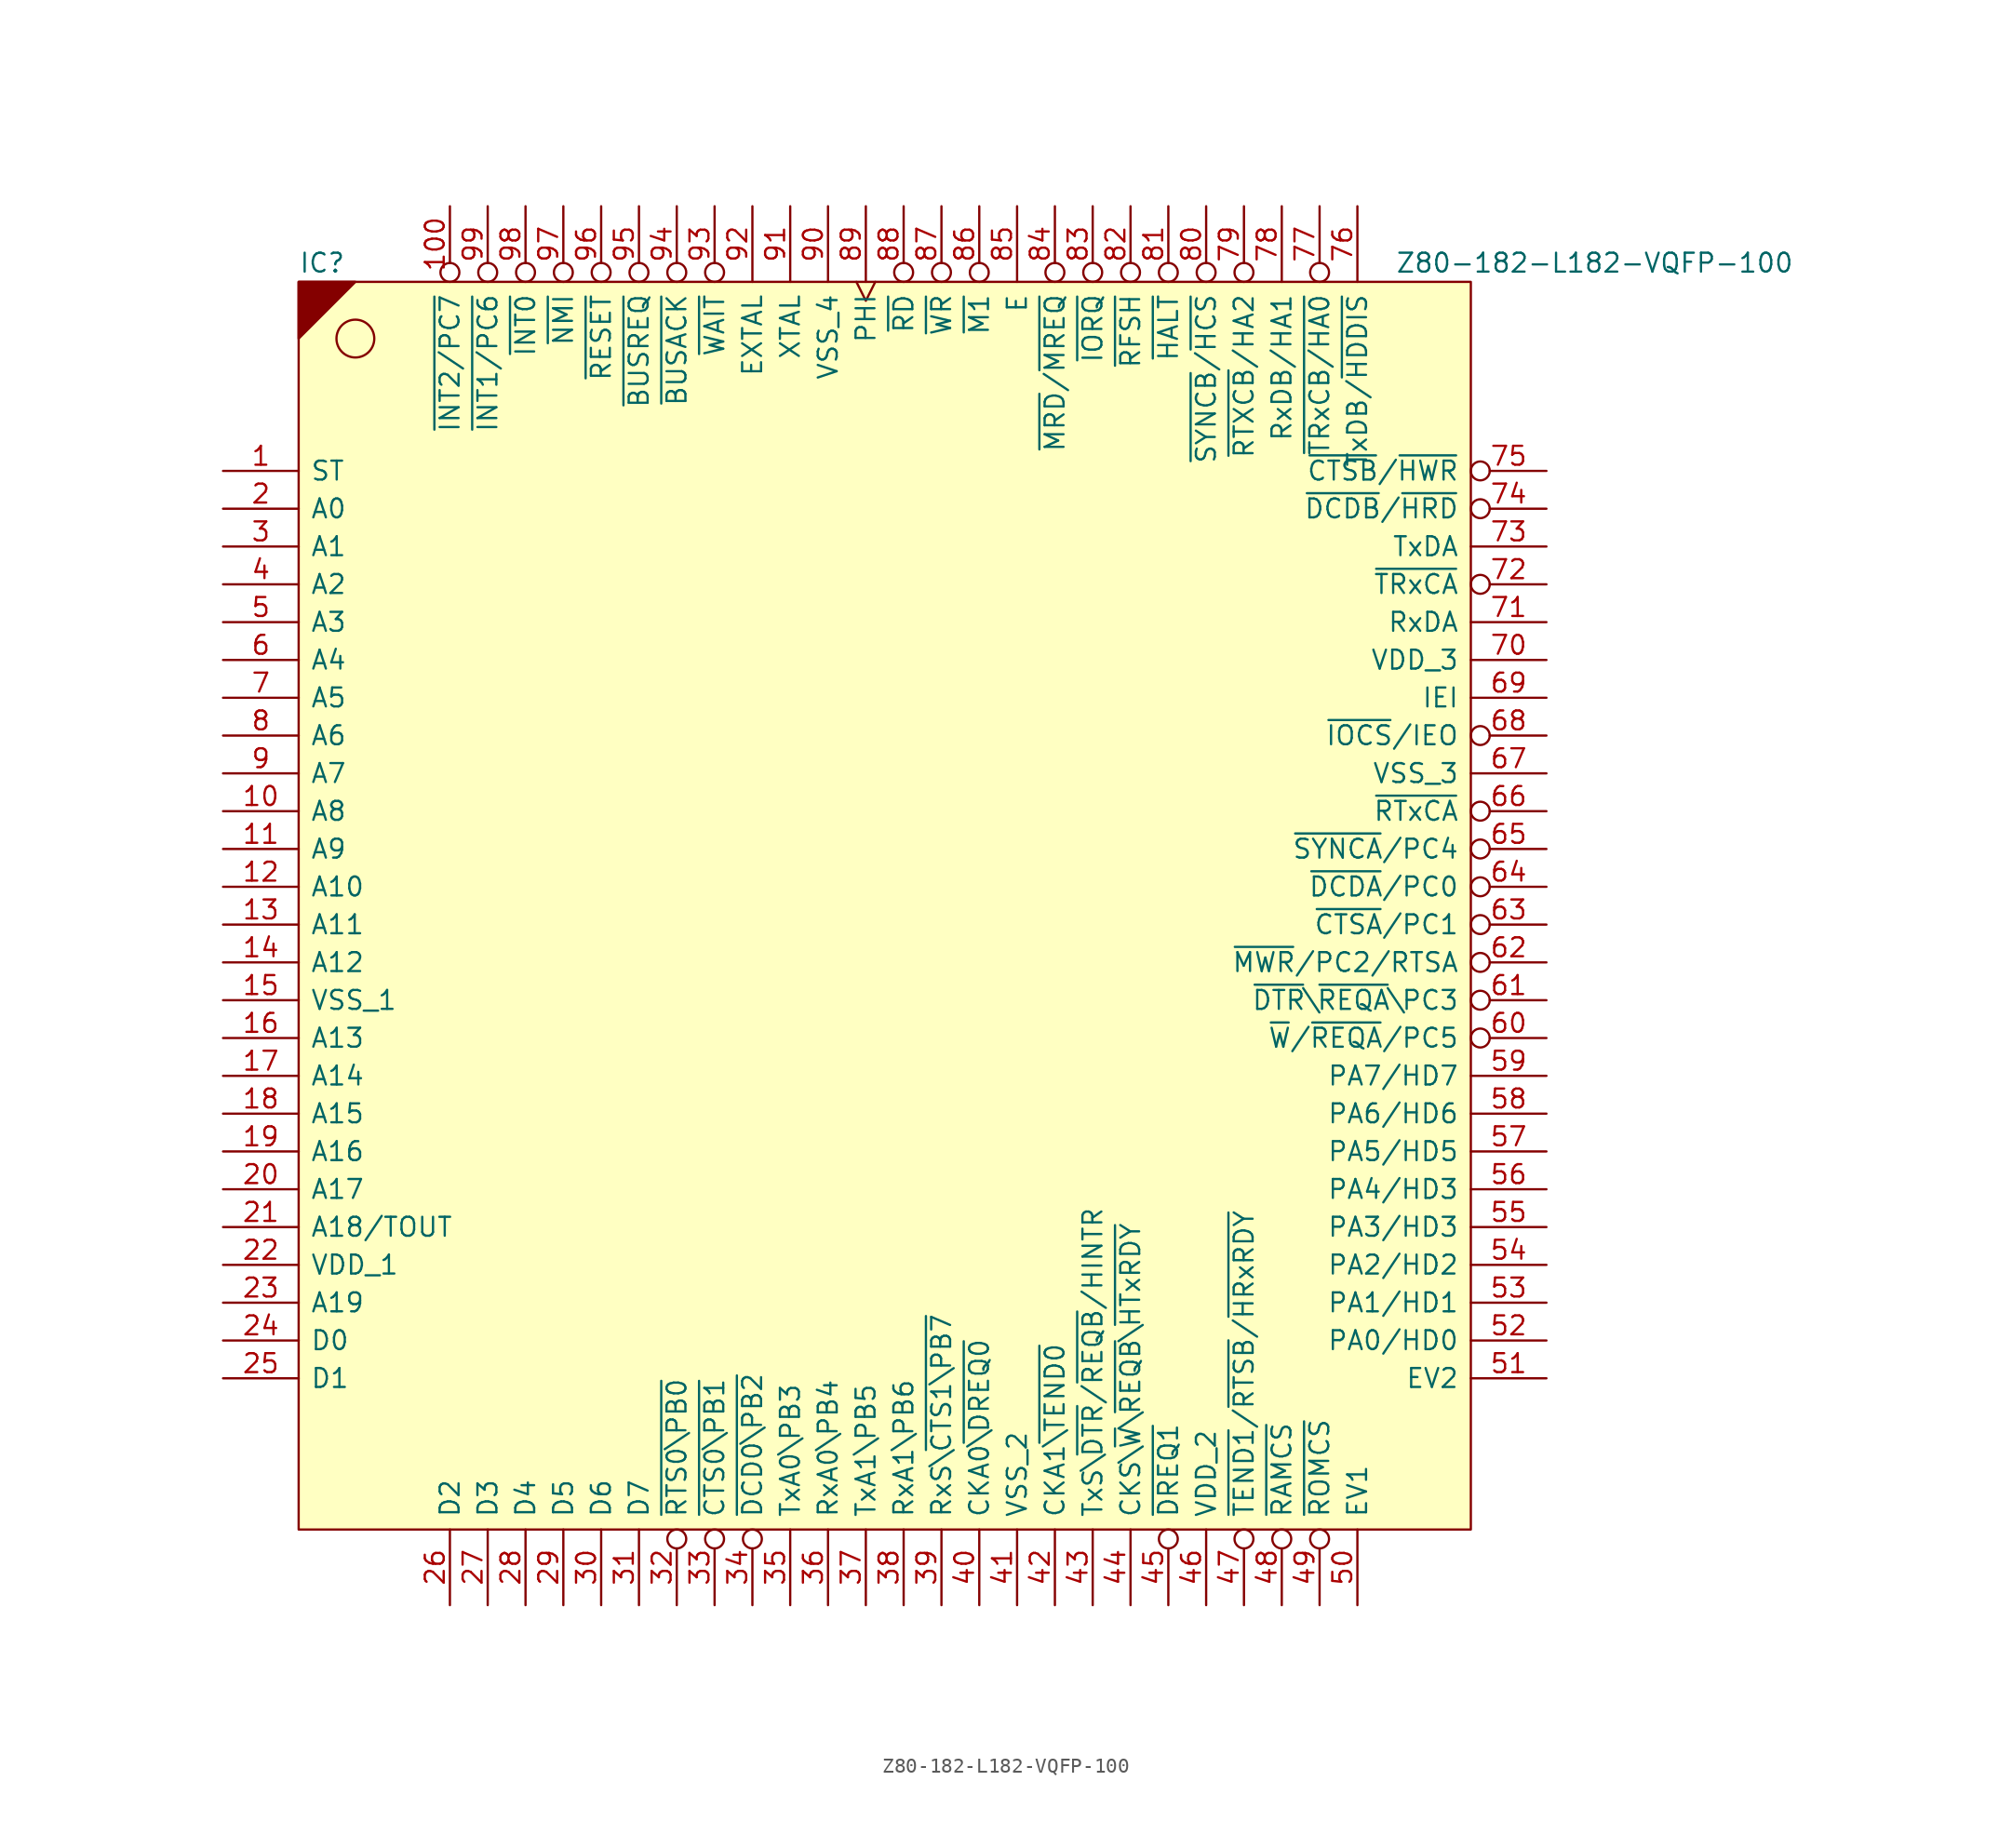
<source format=kicad_sym>
(kicad_symbol_lib
  (version 20231120)
  (generator "kicad_symbol_editor")
  (generator_version "8.0")
  (symbol "Z80-182-L182-VQFP-100"
    (pin_names
      (offset 0.762))
    (property "Reference" "IC"
      (at 0 1.27 0)
      (effects (font (size 1.27 1.27)) (justify left)))
    (property "Value" "Z80-182-L182-VQFP-100"
      (at 73.66 1.27 0)
      (effects (font (size 1.27 1.27)) (justify left)))
    (symbol "Z80-182-L182-VQFP-100_0_0"
      (pin output line (at -5.08 -12.7 0) (length 5.08) (name "ST" (effects (font (size 1.27 1.27)))) (number "1" (effects (font (size 1.27 1.27)))))
      (pin tri_state line (at -5.08 -35.56 0) (length 5.08) (name "A8" (effects (font (size 1.27 1.27)))) (number "10" (effects (font (size 1.27 1.27)))))
      (pin bidirectional inverted (at 10.16 5.08 270) (length 5.08) (name "~{INT2/PC7}" (effects (font (size 1.27 1.27)))) (number "100" (effects (font (size 1.27 1.27)))))
      (pin tri_state line (at -5.08 -38.1 0) (length 5.08) (name "A9" (effects (font (size 1.27 1.27)))) (number "11" (effects (font (size 1.27 1.27)))))
      (pin tri_state line (at -5.08 -40.64 0) (length 5.08) (name "A10" (effects (font (size 1.27 1.27)))) (number "12" (effects (font (size 1.27 1.27)))))
      (pin tri_state line (at -5.08 -43.18 0) (length 5.08) (name "A11" (effects (font (size 1.27 1.27)))) (number "13" (effects (font (size 1.27 1.27)))))
      (pin tri_state line (at -5.08 -45.72 0) (length 5.08) (name "A12" (effects (font (size 1.27 1.27)))) (number "14" (effects (font (size 1.27 1.27)))))
      (pin power_in line (at -5.08 -48.26 0) (length 5.08) (name "VSS_1" (effects (font (size 1.27 1.27)))) (number "15" (effects (font (size 1.27 1.27)))))
      (pin tri_state line (at -5.08 -50.8 0) (length 5.08) (name "A13" (effects (font (size 1.27 1.27)))) (number "16" (effects (font (size 1.27 1.27)))))
      (pin tri_state line (at -5.08 -53.34 0) (length 5.08) (name "A14" (effects (font (size 1.27 1.27)))) (number "17" (effects (font (size 1.27 1.27)))))
      (pin tri_state line (at -5.08 -55.88 0) (length 5.08) (name "A15" (effects (font (size 1.27 1.27)))) (number "18" (effects (font (size 1.27 1.27)))))
      (pin tri_state line (at -5.08 -58.42 0) (length 5.08) (name "A16" (effects (font (size 1.27 1.27)))) (number "19" (effects (font (size 1.27 1.27)))))
      (pin tri_state line (at -5.08 -15.24 0) (length 5.08) (name "A0" (effects (font (size 1.27 1.27)))) (number "2" (effects (font (size 1.27 1.27)))))
      (pin tri_state line (at -5.08 -60.96 0) (length 5.08) (name "A17" (effects (font (size 1.27 1.27)))) (number "20" (effects (font (size 1.27 1.27)))))
      (pin tri_state line (at -5.08 -63.5 0) (length 5.08) (name "A18/TOUT" (effects (font (size 1.27 1.27)))) (number "21" (effects (font (size 1.27 1.27)))))
      (pin power_in line (at -5.08 -66.04 0) (length 5.08) (name "VDD_1" (effects (font (size 1.27 1.27)))) (number "22" (effects (font (size 1.27 1.27)))))
      (pin tri_state line (at -5.08 -68.58 0) (length 5.08) (name "A19" (effects (font (size 1.27 1.27)))) (number "23" (effects (font (size 1.27 1.27)))))
      (pin tri_state line (at -5.08 -71.12 0) (length 5.08) (name "D0" (effects (font (size 1.27 1.27)))) (number "24" (effects (font (size 1.27 1.27)))))
      (pin bidirectional line (at -5.08 -73.66 0) (length 5.08) (name "D1" (effects (font (size 1.27 1.27)))) (number "25" (effects (font (size 1.27 1.27)))))
      (pin tri_state line (at 10.16 -88.9 90) (length 5.08) (name "D2" (effects (font (size 1.27 1.27)))) (number "26" (effects (font (size 1.27 1.27)))))
      (pin tri_state line (at 12.7 -88.9 90) (length 5.08) (name "D3" (effects (font (size 1.27 1.27)))) (number "27" (effects (font (size 1.27 1.27)))))
      (pin tri_state line (at 15.24 -88.9 90) (length 5.08) (name "D4" (effects (font (size 1.27 1.27)))) (number "28" (effects (font (size 1.27 1.27)))))
      (pin tri_state line (at 17.78 -88.9 90) (length 5.08) (name "D5" (effects (font (size 1.27 1.27)))) (number "29" (effects (font (size 1.27 1.27)))))
      (pin tri_state line (at -5.08 -17.78 0) (length 5.08) (name "A1" (effects (font (size 1.27 1.27)))) (number "3" (effects (font (size 1.27 1.27)))))
      (pin tri_state line (at 20.32 -88.9 90) (length 5.08) (name "D6" (effects (font (size 1.27 1.27)))) (number "30" (effects (font (size 1.27 1.27)))))
      (pin tri_state line (at 22.86 -88.9 90) (length 5.08) (name "D7" (effects (font (size 1.27 1.27)))) (number "31" (effects (font (size 1.27 1.27)))))
      (pin output inverted (at 25.4 -88.9 90) (length 5.08) (name "~{RTS0\\PB0}" (effects (font (size 1.27 1.27)))) (number "32" (effects (font (size 1.27 1.27)))))
      (pin input inverted (at 27.94 -88.9 90) (length 5.08) (name "~{CTS0\\PB1}" (effects (font (size 1.27 1.27)))) (number "33" (effects (font (size 1.27 1.27)))))
      (pin bidirectional inverted (at 30.48 -88.9 90) (length 5.08) (name "~{DCD0\\PB2}" (effects (font (size 1.27 1.27)))) (number "34" (effects (font (size 1.27 1.27)))))
      (pin output line (at 33.02 -88.9 90) (length 5.08) (name "TxA0\\PB3" (effects (font (size 1.27 1.27)))) (number "35" (effects (font (size 1.27 1.27)))))
      (pin input line (at 35.56 -88.9 90) (length 5.08) (name "RxA0\\PB4" (effects (font (size 1.27 1.27)))) (number "36" (effects (font (size 1.27 1.27)))))
      (pin output line (at 38.1 -88.9 90) (length 5.08) (name "TxA1\\PB5" (effects (font (size 1.27 1.27)))) (number "37" (effects (font (size 1.27 1.27)))))
      (pin input line (at 40.64 -88.9 90) (length 5.08) (name "RxA1\\PB6" (effects (font (size 1.27 1.27)))) (number "38" (effects (font (size 1.27 1.27)))))
      (pin input line (at 43.18 -88.9 90) (length 5.08) (name "RxS\\~{CTS1\\PB7}" (effects (font (size 1.27 1.27)))) (number "39" (effects (font (size 1.27 1.27)))))
      (pin tri_state line (at -5.08 -20.32 0) (length 5.08) (name "A2" (effects (font (size 1.27 1.27)))) (number "4" (effects (font (size 1.27 1.27)))))
      (pin bidirectional line (at 45.72 -88.9 90) (length 5.08) (name "CKA0~{\\DREQ0}" (effects (font (size 1.27 1.27)))) (number "40" (effects (font (size 1.27 1.27)))))
      (pin power_in line (at 48.26 -88.9 90) (length 5.08) (name "VSS_2" (effects (font (size 1.27 1.27)))) (number "41" (effects (font (size 1.27 1.27)))))
      (pin bidirectional line (at 50.8 -88.9 90) (length 5.08) (name "CKA1~{\\TEND0}" (effects (font (size 1.27 1.27)))) (number "42" (effects (font (size 1.27 1.27)))))
      (pin bidirectional line (at 53.34 -88.9 90) (length 5.08) (name "TxS\\~{DTR}/~{REQB}/HINTR" (effects (font (size 1.27 1.27)))) (number "43" (effects (font (size 1.27 1.27)))))
      (pin bidirectional line (at 55.88 -88.9 90) (length 5.08) (name "CKS\\~{W}\\~{REQB}\\~{HTxRDY}" (effects (font (size 1.27 1.27)))) (number "44" (effects (font (size 1.27 1.27)))))
      (pin bidirectional inverted (at 58.42 -88.9 90) (length 5.08) (name "~{DREQ1}" (effects (font (size 1.27 1.27)))) (number "45" (effects (font (size 1.27 1.27)))))
      (pin power_in line (at 60.96 -88.9 90) (length 5.08) (name "VDD_2" (effects (font (size 1.27 1.27)))) (number "46" (effects (font (size 1.27 1.27)))))
      (pin bidirectional inverted (at 63.5 -88.9 90) (length 5.08) (name "~{TEND1}/~{RTSB}/~{HRxRDY}" (effects (font (size 1.27 1.27)))) (number "47" (effects (font (size 1.27 1.27)))))
      (pin output inverted (at 66.04 -88.9 90) (length 5.08) (name "~{RAMCS}" (effects (font (size 1.27 1.27)))) (number "48" (effects (font (size 1.27 1.27)))))
      (pin output inverted (at 68.58 -88.9 90) (length 5.08) (name "~{ROMCS}" (effects (font (size 1.27 1.27)))) (number "49" (effects (font (size 1.27 1.27)))))
      (pin tri_state line (at -5.08 -22.86 0) (length 5.08) (name "A3" (effects (font (size 1.27 1.27)))) (number "5" (effects (font (size 1.27 1.27)))))
      (pin input line (at 71.12 -88.9 90) (length 5.08) (name "EV1" (effects (font (size 1.27 1.27)))) (number "50" (effects (font (size 1.27 1.27)))))
      (pin input line (at 83.82 -73.66 180) (length 5.08) (name "EV2" (effects (font (size 1.27 1.27)))) (number "51" (effects (font (size 1.27 1.27)))))
      (pin bidirectional line (at 83.82 -71.12 180) (length 5.08) (name "PA0/HD0" (effects (font (size 1.27 1.27)))) (number "52" (effects (font (size 1.27 1.27)))))
      (pin bidirectional line (at 83.82 -68.58 180) (length 5.08) (name "PA1/HD1" (effects (font (size 1.27 1.27)))) (number "53" (effects (font (size 1.27 1.27)))))
      (pin bidirectional line (at 83.82 -66.04 180) (length 5.08) (name "PA2/HD2" (effects (font (size 1.27 1.27)))) (number "54" (effects (font (size 1.27 1.27)))))
      (pin bidirectional line (at 83.82 -63.5 180) (length 5.08) (name "PA3/HD3" (effects (font (size 1.27 1.27)))) (number "55" (effects (font (size 1.27 1.27)))))
      (pin bidirectional line (at 83.82 -60.96 180) (length 5.08) (name "PA4/HD3" (effects (font (size 1.27 1.27)))) (number "56" (effects (font (size 1.27 1.27)))))
      (pin bidirectional line (at 83.82 -58.42 180) (length 5.08) (name "PA5/HD5" (effects (font (size 1.27 1.27)))) (number "57" (effects (font (size 1.27 1.27)))))
      (pin bidirectional line (at 83.82 -55.88 180) (length 5.08) (name "PA6/HD6" (effects (font (size 1.27 1.27)))) (number "58" (effects (font (size 1.27 1.27)))))
      (pin bidirectional line (at 83.82 -53.34 180) (length 5.08) (name "PA7/HD7" (effects (font (size 1.27 1.27)))) (number "59" (effects (font (size 1.27 1.27)))))
      (pin tri_state line (at -5.08 -25.4 0) (length 5.08) (name "A4" (effects (font (size 1.27 1.27)))) (number "6" (effects (font (size 1.27 1.27)))))
      (pin open_collector inverted (at 83.82 -50.8 180) (length 5.08) (name "~{W}/~{REQA}/PC5" (effects (font (size 1.27 1.27)))) (number "60" (effects (font (size 1.27 1.27)))))
      (pin output inverted (at 83.82 -48.26 180) (length 5.08) (name "~{DTR}\\~{REQA}\\PC3" (effects (font (size 1.27 1.27)))) (number "61" (effects (font (size 1.27 1.27)))))
      (pin tri_state inverted (at 83.82 -45.72 180) (length 5.08) (name "~{MWR}/PC2/RTSA" (effects (font (size 1.27 1.27)))) (number "62" (effects (font (size 1.27 1.27)))))
      (pin input inverted (at 83.82 -43.18 180) (length 5.08) (name "~{CTSA}/PC1" (effects (font (size 1.27 1.27)))) (number "63" (effects (font (size 1.27 1.27)))))
      (pin input inverted (at 83.82 -40.64 180) (length 5.08) (name "~{DCDA}/PC0" (effects (font (size 1.27 1.27)))) (number "64" (effects (font (size 1.27 1.27)))))
      (pin bidirectional inverted (at 83.82 -38.1 180) (length 5.08) (name "~{SYNCA}/PC4" (effects (font (size 1.27 1.27)))) (number "65" (effects (font (size 1.27 1.27)))))
      (pin input inverted (at 83.82 -35.56 180) (length 5.08) (name "~{RTxCA}" (effects (font (size 1.27 1.27)))) (number "66" (effects (font (size 1.27 1.27)))))
      (pin power_in line (at 83.82 -33.02 180) (length 5.08) (name "VSS_3" (effects (font (size 1.27 1.27)))) (number "67" (effects (font (size 1.27 1.27)))))
      (pin output inverted (at 83.82 -30.48 180) (length 5.08) (name "~{IOCS}/IEO" (effects (font (size 1.27 1.27)))) (number "68" (effects (font (size 1.27 1.27)))))
      (pin input line (at 83.82 -27.94 180) (length 5.08) (name "IEI" (effects (font (size 1.27 1.27)))) (number "69" (effects (font (size 1.27 1.27)))))
      (pin tri_state line (at -5.08 -27.94 0) (length 5.08) (name "A5" (effects (font (size 1.27 1.27)))) (number "7" (effects (font (size 1.27 1.27)))))
      (pin power_in line (at 83.82 -25.4 180) (length 5.08) (name "VDD_3" (effects (font (size 1.27 1.27)))) (number "70" (effects (font (size 1.27 1.27)))))
      (pin input line (at 83.82 -22.86 180) (length 5.08) (name "RxDA" (effects (font (size 1.27 1.27)))) (number "71" (effects (font (size 1.27 1.27)))))
      (pin input inverted (at 83.82 -20.32 180) (length 5.08) (name "~{TRxCA}" (effects (font (size 1.27 1.27)))) (number "72" (effects (font (size 1.27 1.27)))))
      (pin output line (at 83.82 -17.78 180) (length 5.08) (name "TxDA" (effects (font (size 1.27 1.27)))) (number "73" (effects (font (size 1.27 1.27)))))
      (pin input inverted (at 83.82 -15.24 180) (length 5.08) (name "~{DCDB}/~{HRD}" (effects (font (size 1.27 1.27)))) (number "74" (effects (font (size 1.27 1.27)))))
      (pin input inverted (at 83.82 -12.7 180) (length 5.08) (name "~{CTSB}/~{HWR}" (effects (font (size 1.27 1.27)))) (number "75" (effects (font (size 1.27 1.27)))))
      (pin output line (at 71.12 5.08 270) (length 5.08) (name "TxDB/~{HDDIS}" (effects (font (size 1.27 1.27)))) (number "76" (effects (font (size 1.27 1.27)))))
      (pin input inverted (at 68.58 5.08 270) (length 5.08) (name "~{TRxCB/HA0}" (effects (font (size 1.27 1.27)))) (number "77" (effects (font (size 1.27 1.27)))))
      (pin input line (at 66.04 5.08 270) (length 5.08) (name "RxDB/HA1" (effects (font (size 1.27 1.27)))) (number "78" (effects (font (size 1.27 1.27)))))
      (pin input inverted (at 63.5 5.08 270) (length 5.08) (name "~{RTXCB}/HA2" (effects (font (size 1.27 1.27)))) (number "79" (effects (font (size 1.27 1.27)))))
      (pin tri_state line (at -5.08 -30.48 0) (length 5.08) (name "A6" (effects (font (size 1.27 1.27)))) (number "8" (effects (font (size 1.27 1.27)))))
      (pin bidirectional inverted (at 60.96 5.08 270) (length 5.08) (name "~{SYNCB}/~{HCS}" (effects (font (size 1.27 1.27)))) (number "80" (effects (font (size 1.27 1.27)))))
      (pin bidirectional inverted (at 58.42 5.08 270) (length 5.08) (name "~{HALT}" (effects (font (size 1.27 1.27)))) (number "81" (effects (font (size 1.27 1.27)))))
      (pin tri_state inverted (at 55.88 5.08 270) (length 5.08) (name "~{RFSH}" (effects (font (size 1.27 1.27)))) (number "82" (effects (font (size 1.27 1.27)))))
      (pin tri_state inverted (at 53.34 5.08 270) (length 5.08) (name "~{IORQ}" (effects (font (size 1.27 1.27)))) (number "83" (effects (font (size 1.27 1.27)))))
      (pin tri_state inverted (at 50.8 5.08 270) (length 5.08) (name "~{MRD}/~{MREQ}" (effects (font (size 1.27 1.27)))) (number "84" (effects (font (size 1.27 1.27)))))
      (pin input line (at 48.26 5.08 270) (length 5.08) (name "E" (effects (font (size 1.27 1.27)))) (number "85" (effects (font (size 1.27 1.27)))))
      (pin tri_state inverted (at 45.72 5.08 270) (length 5.08) (name "~{M1}" (effects (font (size 1.27 1.27)))) (number "86" (effects (font (size 1.27 1.27)))))
      (pin tri_state inverted (at 43.18 5.08 270) (length 5.08) (name "~{WR}" (effects (font (size 1.27 1.27)))) (number "87" (effects (font (size 1.27 1.27)))))
      (pin tri_state inverted (at 40.64 5.08 270) (length 5.08) (name "~{RD}" (effects (font (size 1.27 1.27)))) (number "88" (effects (font (size 1.27 1.27)))))
      (pin output clock (at 38.1 5.08 270) (length 5.08) (name "PHI" (effects (font (size 1.27 1.27)))) (number "89" (effects (font (size 1.27 1.27)))))
      (pin tri_state line (at -5.08 -33.02 0) (length 5.08) (name "A7" (effects (font (size 1.27 1.27)))) (number "9" (effects (font (size 1.27 1.27)))))
      (pin power_in line (at 35.56 5.08 270) (length 5.08) (name "VSS_4" (effects (font (size 1.27 1.27)))) (number "90" (effects (font (size 1.27 1.27)))))
      (pin input line (at 33.02 5.08 270) (length 5.08) (name "XTAL" (effects (font (size 1.27 1.27)))) (number "91" (effects (font (size 1.27 1.27)))))
      (pin input line (at 30.48 5.08 270) (length 5.08) (name "EXTAL" (effects (font (size 1.27 1.27)))) (number "92" (effects (font (size 1.27 1.27)))))
      (pin bidirectional inverted (at 27.94 5.08 270) (length 5.08) (name "~{WAIT}" (effects (font (size 1.27 1.27)))) (number "93" (effects (font (size 1.27 1.27)))))
      (pin bidirectional inverted (at 25.4 5.08 270) (length 5.08) (name "~{BUSACK}" (effects (font (size 1.27 1.27)))) (number "94" (effects (font (size 1.27 1.27)))))
      (pin input inverted (at 22.86 5.08 270) (length 5.08) (name "~{BUSREQ}" (effects (font (size 1.27 1.27)))) (number "95" (effects (font (size 1.27 1.27)))))
      (pin input inverted (at 20.32 5.08 270) (length 5.08) (name "~{RESET}" (effects (font (size 1.27 1.27)))) (number "96" (effects (font (size 1.27 1.27)))))
      (pin input inverted (at 17.78 5.08 270) (length 5.08) (name "~{NMI}" (effects (font (size 1.27 1.27)))) (number "97" (effects (font (size 1.27 1.27)))))
      (pin bidirectional inverted (at 15.24 5.08 270) (length 5.08) (name "~{INT0}" (effects (font (size 1.27 1.27)))) (number "98" (effects (font (size 1.27 1.27)))))
      (pin bidirectional inverted (at 12.7 5.08 270) (length 5.08) (name "~{INT1/PC6}" (effects (font (size 1.27 1.27)))) (number "99" (effects (font (size 1.27 1.27))))))
    (symbol "Z80-182-L182-VQFP-100_0_1"
      (polyline (pts (xy 0 -3.81) (xy 3.81 0) (xy 0 0) (xy 0 -3.81)) (stroke (width 0) (type solid)) (fill (type outline)))
      (polyline (pts (xy 0 0) (xy 78.74 0) (xy 78.74 -83.82) (xy 0 -83.82) (xy 0 0)) (stroke (width 0.152) (type solid)) (fill (type background)))
      (circle (center 3.81 -3.81) (radius 1.27) (stroke (width 0) (type solid)) (fill (type none))))))
</source>
